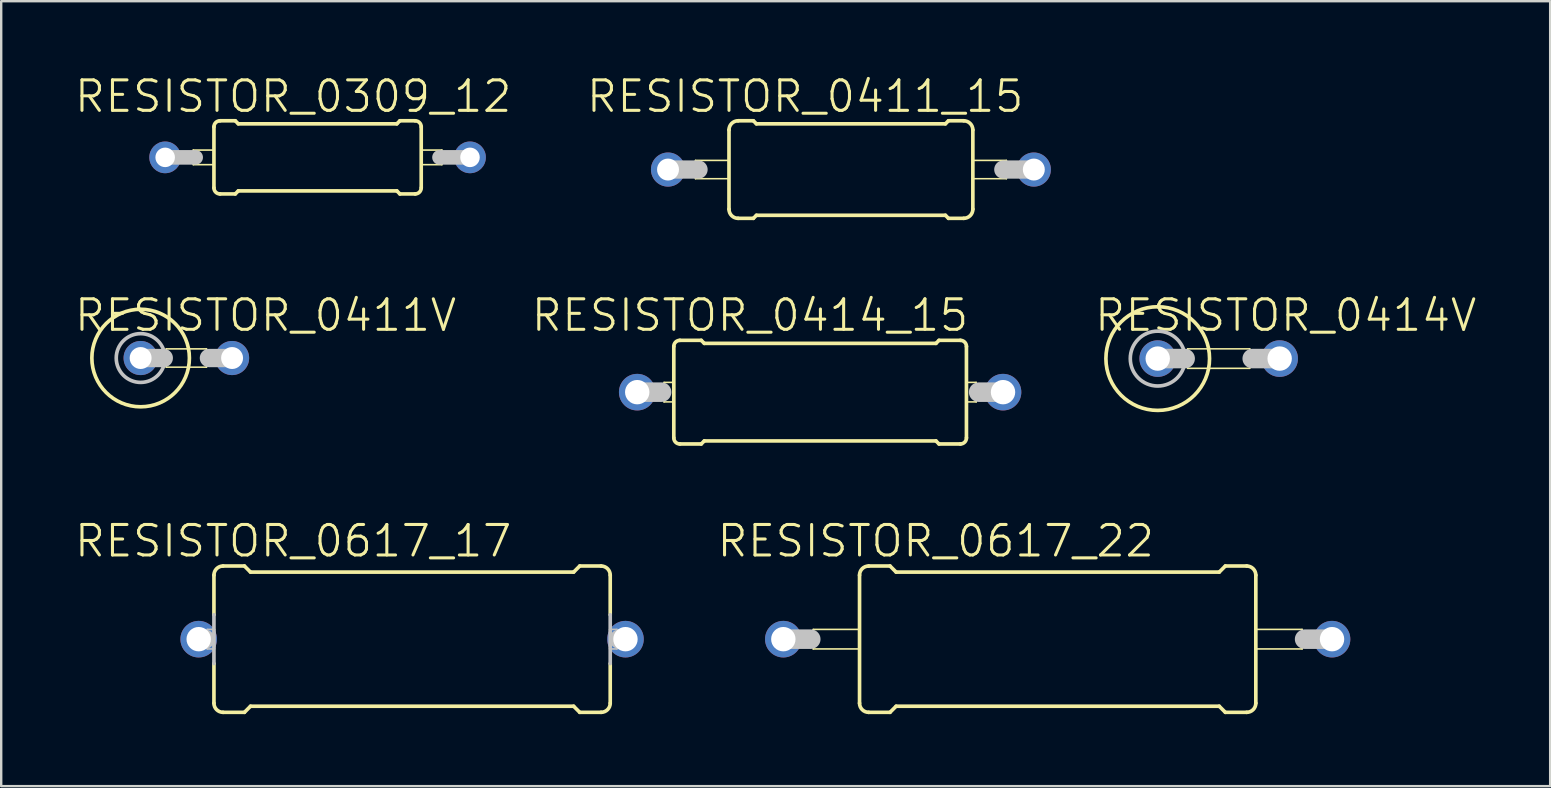
<source format=kicad_pcb>
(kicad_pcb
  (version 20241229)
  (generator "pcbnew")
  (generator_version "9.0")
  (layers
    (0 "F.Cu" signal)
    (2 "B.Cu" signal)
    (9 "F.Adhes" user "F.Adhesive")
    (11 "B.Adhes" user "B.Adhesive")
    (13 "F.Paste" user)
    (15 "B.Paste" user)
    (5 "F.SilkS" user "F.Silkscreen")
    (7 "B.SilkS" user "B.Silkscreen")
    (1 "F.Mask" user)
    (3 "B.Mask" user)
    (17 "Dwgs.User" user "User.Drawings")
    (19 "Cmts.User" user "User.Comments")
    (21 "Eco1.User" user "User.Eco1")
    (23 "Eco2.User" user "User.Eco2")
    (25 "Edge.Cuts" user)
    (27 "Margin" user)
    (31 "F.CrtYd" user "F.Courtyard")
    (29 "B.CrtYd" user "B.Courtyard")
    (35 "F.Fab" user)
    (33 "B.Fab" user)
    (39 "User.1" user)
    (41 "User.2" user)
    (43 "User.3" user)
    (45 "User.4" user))
  (footprint "RESISTOR_0414V"
    (layer "F.Cu")
    (at 47.723 11.889)
    (property "Reference" "RESISTOR_0414V" (at 2.794 -1.801 0) (layer "F.SilkS") (effects (font (size 1.27 1.27) (thickness 0.127))))
    (attr exclude_from_pos_files exclude_from_bom)
    (fp_line (start -1.293 -0.406) (end 1.293 -0.406) (stroke (width 0.066) (type solid)) (layer "F.SilkS"))
    (fp_line (start -1.293 0.406) (end -1.293 -0.406) (stroke (width 0.066) (type solid)) (layer "F.SilkS"))
    (fp_line (start -1.293 0.406) (end 1.293 0.406) (stroke (width 0.066) (type solid)) (layer "F.SilkS"))
    (fp_line (start 1.293 0.406) (end 1.293 -0.406) (stroke (width 0.066) (type solid)) (layer "F.SilkS"))
    (fp_circle (center -2.54 0) (end -2.54 -2.159) (stroke (width 0.152) (type solid)) (fill no) (layer "F.SilkS"))
    (fp_line (start -2.54 0) (end -1.397 0) (stroke (width 0.813) (type solid)) (layer "Dwgs.User"))
    (fp_line (start 2.54 0) (end 1.397 0) (stroke (width 0.813) (type solid)) (layer "Dwgs.User"))
    (fp_circle (center -2.54 0) (end -2.54 -1.143) (stroke (width 0.152) (type solid)) (fill no) (layer "Dwgs.User"))
    (pad "1" thru_hole circle (at -2.54 0) (size 1.524 1.524) (drill 1.016) (layers "*.Cu" "*.Paste" "*.Mask"))
    (pad "2" thru_hole circle (at 2.54 0) (size 1.524 1.524) (drill 1.016) (layers "*.Cu" "*.Paste" "*.Mask")))
  (footprint "RESISTOR_0414_15"
    (layer "F.Cu")
    (at 31.118 13.288)
    (property "Reference" "RESISTOR_0414_15" (at -2.921 -3.2 0) (layer "F.SilkS") (effects (font (size 1.27 1.27) (thickness 0.127))))
    (attr exclude_from_pos_files exclude_from_bom)
    (fp_line (start -6.502 -0.406) (end -6.096 -0.406) (stroke (width 0.066) (type solid)) (layer "F.SilkS"))
    (fp_line (start -6.502 0.406) (end -6.502 -0.406) (stroke (width 0.066) (type solid)) (layer "F.SilkS"))
    (fp_line (start -6.502 0.406) (end -6.096 0.406) (stroke (width 0.066) (type solid)) (layer "F.SilkS"))
    (fp_line (start -6.096 0.406) (end -6.096 -0.406) (stroke (width 0.066) (type solid)) (layer "F.SilkS"))
    (fp_line (start -6.096 1.905) (end -6.096 -1.905) (stroke (width 0.152) (type solid)) (layer "F.SilkS"))
    (fp_line (start -5.842 -2.159) (end -4.953 -2.159) (stroke (width 0.152) (type solid)) (layer "F.SilkS"))
    (fp_line (start -5.842 2.159) (end -4.953 2.159) (stroke (width 0.152) (type solid)) (layer "F.SilkS"))
    (fp_line (start -4.826 -2.032) (end -4.953 -2.159) (stroke (width 0.152) (type solid)) (layer "F.SilkS"))
    (fp_line (start -4.826 2.032) (end -4.953 2.159) (stroke (width 0.152) (type solid)) (layer "F.SilkS"))
    (fp_line (start 4.826 -2.032) (end -4.826 -2.032) (stroke (width 0.152) (type solid)) (layer "F.SilkS"))
    (fp_line (start 4.826 -2.032) (end 4.953 -2.159) (stroke (width 0.152) (type solid)) (layer "F.SilkS"))
    (fp_line (start 4.826 2.032) (end -4.826 2.032) (stroke (width 0.152) (type solid)) (layer "F.SilkS"))
    (fp_line (start 4.826 2.032) (end 4.953 2.159) (stroke (width 0.152) (type solid)) (layer "F.SilkS"))
    (fp_line (start 5.842 -2.159) (end 4.953 -2.159) (stroke (width 0.152) (type solid)) (layer "F.SilkS"))
    (fp_line (start 5.842 2.159) (end 4.953 2.159) (stroke (width 0.152) (type solid)) (layer "F.SilkS"))
    (fp_line (start 6.096 -0.406) (end 6.502 -0.406) (stroke (width 0.066) (type solid)) (layer "F.SilkS"))
    (fp_line (start 6.096 0.406) (end 6.096 -0.406) (stroke (width 0.066) (type solid)) (layer "F.SilkS"))
    (fp_line (start 6.096 0.406) (end 6.502 0.406) (stroke (width 0.066) (type solid)) (layer "F.SilkS"))
    (fp_line (start 6.096 1.905) (end 6.096 -1.905) (stroke (width 0.152) (type solid)) (layer "F.SilkS"))
    (fp_line (start 6.502 0.406) (end 6.502 -0.406) (stroke (width 0.066) (type solid)) (layer "F.SilkS"))
    (fp_arc (start -6.096 -1.905) (mid -6.021605 -2.084605) (end -5.842 -2.159) (stroke (width 0.1524) (type solid)) (layer "F.SilkS"))
    (fp_arc (start -5.842 2.159) (mid -6.021605 2.084605) (end -6.096 1.905) (stroke (width 0.1524) (type solid)) (layer "F.SilkS"))
    (fp_arc (start 5.842 -2.159) (mid 6.021605 -2.084605) (end 6.096 -1.905) (stroke (width 0.1524) (type solid)) (layer "F.SilkS"))
    (fp_arc (start 6.096 1.905) (mid 6.021605 2.084605) (end 5.842 2.159) (stroke (width 0.1524) (type solid)) (layer "F.SilkS"))
    (fp_line (start -7.62 0) (end -6.604 0) (stroke (width 0.813) (type solid)) (layer "Dwgs.User"))
    (fp_line (start 7.62 0) (end 6.604 0) (stroke (width 0.813) (type solid)) (layer "Dwgs.User"))
    (pad "1" thru_hole circle (at -7.62 0) (size 1.524 1.524) (drill 1.016) (layers "*.Cu" "*.Paste" "*.Mask"))
    (pad "2" thru_hole circle (at 7.62 0) (size 1.524 1.524) (drill 1.016) (layers "*.Cu" "*.Paste" "*.Mask")))
  (footprint "RESISTOR_0411V"
    (layer "F.Cu")
    (at 5.349 11.866)
    (property "Reference" "RESISTOR_0411V" (at 2.667 -1.778 0) (layer "F.SilkS") (effects (font (size 1.27 1.27) (thickness 0.127))))
    (attr exclude_from_pos_files exclude_from_bom)
    (fp_line (start -1.473 -0.381) (end 0.203 -0.381) (stroke (width 0.066) (type solid)) (layer "F.SilkS"))
    (fp_line (start -1.473 0.381) (end -1.473 -0.381) (stroke (width 0.066) (type solid)) (layer "F.SilkS"))
    (fp_line (start -1.473 0.381) (end 0.203 0.381) (stroke (width 0.066) (type solid)) (layer "F.SilkS"))
    (fp_line (start 0.203 0.381) (end 0.203 -0.381) (stroke (width 0.066) (type solid)) (layer "F.SilkS"))
    (fp_circle (center -2.54 0) (end -2.54 -2.032) (stroke (width 0.152) (type solid)) (fill no) (layer "F.SilkS"))
    (fp_line (start -1.575 0) (end -2.54 0) (stroke (width 0.762) (type solid)) (layer "Dwgs.User"))
    (fp_line (start 1.27 0) (end 0.305 0) (stroke (width 0.762) (type solid)) (layer "Dwgs.User"))
    (fp_circle (center -2.54 0) (end -2.54 -1.016) (stroke (width 0.152) (type solid)) (fill no) (layer "Dwgs.User"))
    (pad "1" thru_hole circle (at -2.54 0) (size 1.422 1.422) (drill 0.914) (layers "*.Cu" "*.Paste" "*.Mask"))
    (pad "2" thru_hole circle (at 1.27 0) (size 1.422 1.422) (drill 0.914) (layers "*.Cu" "*.Paste" "*.Mask")))
  (footprint "RESISTOR_0617_22"
    (layer "F.Cu")
    (at 41.015 23.579)
    (property "Reference" "RESISTOR_0617_22" (at -5.08 -4.089 0) (layer "F.SilkS") (effects (font (size 1.27 1.27) (thickness 0.127))))
    (attr exclude_from_pos_files exclude_from_bom)
    (fp_line (start -10.185 -0.406) (end -8.255 -0.406) (stroke (width 0.066) (type solid)) (layer "F.SilkS"))
    (fp_line (start -10.185 0.406) (end -10.185 -0.406) (stroke (width 0.066) (type solid)) (layer "F.SilkS"))
    (fp_line (start -10.185 0.406) (end -8.255 0.406) (stroke (width 0.066) (type solid)) (layer "F.SilkS"))
    (fp_line (start -8.255 0.406) (end -8.255 -0.406) (stroke (width 0.066) (type solid)) (layer "F.SilkS"))
    (fp_line (start -8.255 2.667) (end -8.255 -2.667) (stroke (width 0.152) (type solid)) (layer "F.SilkS"))
    (fp_line (start -7.874 -3.048) (end -6.985 -3.048) (stroke (width 0.152) (type solid)) (layer "F.SilkS"))
    (fp_line (start -7.874 3.048) (end -6.985 3.048) (stroke (width 0.152) (type solid)) (layer "F.SilkS"))
    (fp_line (start -6.731 -2.794) (end -6.985 -3.048) (stroke (width 0.152) (type solid)) (layer "F.SilkS"))
    (fp_line (start -6.731 2.794) (end -6.985 3.048) (stroke (width 0.152) (type solid)) (layer "F.SilkS"))
    (fp_line (start 6.731 -2.794) (end -6.731 -2.794) (stroke (width 0.152) (type solid)) (layer "F.SilkS"))
    (fp_line (start 6.731 -2.794) (end 6.985 -3.048) (stroke (width 0.152) (type solid)) (layer "F.SilkS"))
    (fp_line (start 6.731 2.794) (end -6.731 2.794) (stroke (width 0.152) (type solid)) (layer "F.SilkS"))
    (fp_line (start 6.731 2.794) (end 6.985 3.048) (stroke (width 0.152) (type solid)) (layer "F.SilkS"))
    (fp_line (start 7.874 -3.048) (end 6.985 -3.048) (stroke (width 0.152) (type solid)) (layer "F.SilkS"))
    (fp_line (start 7.874 3.048) (end 6.985 3.048) (stroke (width 0.152) (type solid)) (layer "F.SilkS"))
    (fp_line (start 8.255 -0.406) (end 10.185 -0.406) (stroke (width 0.066) (type solid)) (layer "F.SilkS"))
    (fp_line (start 8.255 0.406) (end 8.255 -0.406) (stroke (width 0.066) (type solid)) (layer "F.SilkS"))
    (fp_line (start 8.255 0.406) (end 10.185 0.406) (stroke (width 0.066) (type solid)) (layer "F.SilkS"))
    (fp_line (start 8.255 2.667) (end 8.255 -2.667) (stroke (width 0.152) (type solid)) (layer "F.SilkS"))
    (fp_line (start 10.185 0.406) (end 10.185 -0.406) (stroke (width 0.066) (type solid)) (layer "F.SilkS"))
    (fp_arc (start -8.255 -2.667) (mid -8.143408 -2.936408) (end -7.874 -3.048) (stroke (width 0.1524) (type solid)) (layer "F.SilkS"))
    (fp_arc (start -7.874 3.048) (mid -8.143408 2.936408) (end -8.255 2.667) (stroke (width 0.1524) (type solid)) (layer "F.SilkS"))
    (fp_arc (start 7.874 -3.048) (mid 8.143408 -2.936408) (end 8.255 -2.667) (stroke (width 0.1524) (type solid)) (layer "F.SilkS"))
    (fp_arc (start 8.255 2.667) (mid 8.143408 2.936408) (end 7.874 3.048) (stroke (width 0.1524) (type solid)) (layer "F.SilkS"))
    (fp_line (start -10.287 0) (end -11.43 0) (stroke (width 0.813) (type solid)) (layer "Dwgs.User"))
    (fp_line (start 11.43 0) (end 10.287 0) (stroke (width 0.813) (type solid)) (layer "Dwgs.User"))
    (pad "1" thru_hole circle (at -11.43 0) (size 1.524 1.524) (drill 1.016) (layers "*.Cu" "*.Paste" "*.Mask"))
    (pad "2" thru_hole circle (at 11.43 0) (size 1.524 1.524) (drill 1.016) (layers "*.Cu" "*.Paste" "*.Mask")))
  (footprint "RESISTOR_0411_15"
    (layer "F.Cu")
    (at 32.401 4.014)
    (property "Reference" "RESISTOR_0411_15" (at -1.905 -3.048 0) (layer "F.SilkS") (effects (font (size 1.27 1.27) (thickness 0.127))))
    (attr exclude_from_pos_files exclude_from_bom)
    (fp_line (start -6.477 -0.381) (end -5.08 -0.381) (stroke (width 0.066) (type solid)) (layer "F.SilkS"))
    (fp_line (start -6.477 0.381) (end -6.477 -0.381) (stroke (width 0.066) (type solid)) (layer "F.SilkS"))
    (fp_line (start -6.477 0.381) (end -5.08 0.381) (stroke (width 0.066) (type solid)) (layer "F.SilkS"))
    (fp_line (start -5.08 -1.651) (end -5.08 1.651) (stroke (width 0.152) (type solid)) (layer "F.SilkS"))
    (fp_line (start -5.08 0.381) (end -5.08 -0.381) (stroke (width 0.066) (type solid)) (layer "F.SilkS"))
    (fp_line (start -4.699 -2.032) (end -4.064 -2.032) (stroke (width 0.152) (type solid)) (layer "F.SilkS"))
    (fp_line (start -4.699 2.032) (end -4.064 2.032) (stroke (width 0.152) (type solid)) (layer "F.SilkS"))
    (fp_line (start -3.937 -1.905) (end -4.064 -2.032) (stroke (width 0.152) (type solid)) (layer "F.SilkS"))
    (fp_line (start -3.937 -1.905) (end 3.937 -1.905) (stroke (width 0.152) (type solid)) (layer "F.SilkS"))
    (fp_line (start -3.937 1.905) (end -4.064 2.032) (stroke (width 0.152) (type solid)) (layer "F.SilkS"))
    (fp_line (start -3.937 1.905) (end 3.937 1.905) (stroke (width 0.152) (type solid)) (layer "F.SilkS"))
    (fp_line (start 3.937 -1.905) (end 4.064 -2.032) (stroke (width 0.152) (type solid)) (layer "F.SilkS"))
    (fp_line (start 3.937 1.905) (end 4.064 2.032) (stroke (width 0.152) (type solid)) (layer "F.SilkS"))
    (fp_line (start 4.699 -2.032) (end 4.064 -2.032) (stroke (width 0.152) (type solid)) (layer "F.SilkS"))
    (fp_line (start 4.699 2.032) (end 4.064 2.032) (stroke (width 0.152) (type solid)) (layer "F.SilkS"))
    (fp_line (start 5.08 -0.381) (end 6.477 -0.381) (stroke (width 0.066) (type solid)) (layer "F.SilkS"))
    (fp_line (start 5.08 0.381) (end 5.08 -0.381) (stroke (width 0.066) (type solid)) (layer "F.SilkS"))
    (fp_line (start 5.08 0.381) (end 6.477 0.381) (stroke (width 0.066) (type solid)) (layer "F.SilkS"))
    (fp_line (start 5.08 1.651) (end 5.08 -1.651) (stroke (width 0.152) (type solid)) (layer "F.SilkS"))
    (fp_line (start 6.477 0.381) (end 6.477 -0.381) (stroke (width 0.066) (type solid)) (layer "F.SilkS"))
    (fp_arc (start -5.08 -1.651) (mid -4.968408 -1.920408) (end -4.699 -2.032) (stroke (width 0.1524) (type solid)) (layer "F.SilkS"))
    (fp_arc (start -4.699 2.032) (mid -4.968408 1.920408) (end -5.08 1.651) (stroke (width 0.1524) (type solid)) (layer "F.SilkS"))
    (fp_arc (start 4.699 -2.032) (mid 4.968408 -1.920408) (end 5.08 -1.651) (stroke (width 0.1524) (type solid)) (layer "F.SilkS"))
    (fp_arc (start 5.08 1.651) (mid 4.968408 1.920408) (end 4.699 2.032) (stroke (width 0.1524) (type solid)) (layer "F.SilkS"))
    (fp_line (start -7.62 0) (end -6.35 0) (stroke (width 0.762) (type solid)) (layer "Dwgs.User"))
    (fp_line (start 6.35 0) (end 7.62 0) (stroke (width 0.762) (type solid)) (layer "Dwgs.User"))
    (pad "1" thru_hole circle (at -7.62 0) (size 1.422 1.422) (drill 0.914) (layers "*.Cu" "*.Paste" "*.Mask"))
    (pad "2" thru_hole circle (at 7.62 0) (size 1.422 1.422) (drill 0.914) (layers "*.Cu" "*.Paste" "*.Mask")))
  (footprint "RESISTOR_0309_12"
    (layer "F.Cu")
    (at 10.181 3.506)
    (property "Reference" "RESISTOR_0309_12" (at -1.016 -2.54 0) (layer "F.SilkS") (effects (font (size 1.27 1.27) (thickness 0.127))))
    (attr exclude_from_pos_files exclude_from_bom)
    (fp_line (start -5.179 -0.305) (end -4.318 -0.305) (stroke (width 0.066) (type solid)) (layer "F.SilkS"))
    (fp_line (start -5.179 0.305) (end -5.179 -0.305) (stroke (width 0.066) (type solid)) (layer "F.SilkS"))
    (fp_line (start -5.179 0.305) (end -4.318 0.305) (stroke (width 0.066) (type solid)) (layer "F.SilkS"))
    (fp_line (start -4.318 0.305) (end -4.318 -0.305) (stroke (width 0.066) (type solid)) (layer "F.SilkS"))
    (fp_line (start -4.318 1.27) (end -4.318 -1.27) (stroke (width 0.152) (type solid)) (layer "F.SilkS"))
    (fp_line (start -4.064 -1.524) (end -3.429 -1.524) (stroke (width 0.152) (type solid)) (layer "F.SilkS"))
    (fp_line (start -4.064 1.524) (end -3.429 1.524) (stroke (width 0.152) (type solid)) (layer "F.SilkS"))
    (fp_line (start -3.302 -1.397) (end -3.429 -1.524) (stroke (width 0.152) (type solid)) (layer "F.SilkS"))
    (fp_line (start -3.302 1.397) (end -3.429 1.524) (stroke (width 0.152) (type solid)) (layer "F.SilkS"))
    (fp_line (start 3.302 -1.397) (end -3.302 -1.397) (stroke (width 0.152) (type solid)) (layer "F.SilkS"))
    (fp_line (start 3.302 -1.397) (end 3.429 -1.524) (stroke (width 0.152) (type solid)) (layer "F.SilkS"))
    (fp_line (start 3.302 1.397) (end -3.302 1.397) (stroke (width 0.152) (type solid)) (layer "F.SilkS"))
    (fp_line (start 3.302 1.397) (end 3.429 1.524) (stroke (width 0.152) (type solid)) (layer "F.SilkS"))
    (fp_line (start 4.064 -1.524) (end 3.429 -1.524) (stroke (width 0.152) (type solid)) (layer "F.SilkS"))
    (fp_line (start 4.064 1.524) (end 3.429 1.524) (stroke (width 0.152) (type solid)) (layer "F.SilkS"))
    (fp_line (start 4.318 -0.305) (end 5.179 -0.305) (stroke (width 0.066) (type solid)) (layer "F.SilkS"))
    (fp_line (start 4.318 0.305) (end 4.318 -0.305) (stroke (width 0.066) (type solid)) (layer "F.SilkS"))
    (fp_line (start 4.318 0.305) (end 5.179 0.305) (stroke (width 0.066) (type solid)) (layer "F.SilkS"))
    (fp_line (start 4.318 1.27) (end 4.318 -1.27) (stroke (width 0.152) (type solid)) (layer "F.SilkS"))
    (fp_line (start 5.179 0.305) (end 5.179 -0.305) (stroke (width 0.066) (type solid)) (layer "F.SilkS"))
    (fp_arc (start -4.318 -1.27) (mid -4.243605 -1.449605) (end -4.064 -1.524) (stroke (width 0.1524) (type solid)) (layer "F.SilkS"))
    (fp_arc (start -4.064 1.524) (mid -4.243605 1.449605) (end -4.318 1.27) (stroke (width 0.1524) (type solid)) (layer "F.SilkS"))
    (fp_arc (start 4.064 -1.524) (mid 4.243605 -1.449605) (end 4.318 -1.27) (stroke (width 0.1524) (type solid)) (layer "F.SilkS"))
    (fp_arc (start 4.318 1.27) (mid 4.243605 1.449605) (end 4.064 1.524) (stroke (width 0.1524) (type solid)) (layer "F.SilkS"))
    (fp_line (start -6.35 0) (end -5.08 0) (stroke (width 0.61) (type solid)) (layer "Dwgs.User"))
    (fp_line (start 6.35 0) (end 5.08 0) (stroke (width 0.61) (type solid)) (layer "Dwgs.User"))
    (pad "1" thru_hole circle (at -6.35 0) (size 1.321 1.321) (drill 0.813) (layers "*.Cu" "*.Paste" "*.Mask"))
    (pad "2" thru_hole circle (at 6.35 0) (size 1.321 1.321) (drill 0.813) (layers "*.Cu" "*.Paste" "*.Mask")))
  (footprint "RESISTOR_0617_17"
    (layer "F.Cu")
    (at 14.118 23.579)
    (property "Reference" "RESISTOR_0617_17" (at -4.953 -4.089 0) (layer "F.SilkS") (effects (font (size 1.27 1.27) (thickness 0.127))))
    (attr exclude_from_pos_files exclude_from_bom)
    (fp_line (start -8.255 -1.016) (end -8.255 -2.667) (stroke (width 0.152) (type solid)) (layer "F.SilkS"))
    (fp_line (start -8.255 2.667) (end -8.255 1.016) (stroke (width 0.152) (type solid)) (layer "F.SilkS"))
    (fp_line (start -7.874 -3.048) (end -6.985 -3.048) (stroke (width 0.152) (type solid)) (layer "F.SilkS"))
    (fp_line (start -7.874 3.048) (end -6.985 3.048) (stroke (width 0.152) (type solid)) (layer "F.SilkS"))
    (fp_line (start -6.731 -2.794) (end -6.985 -3.048) (stroke (width 0.152) (type solid)) (layer "F.SilkS"))
    (fp_line (start -6.731 2.794) (end -6.985 3.048) (stroke (width 0.152) (type solid)) (layer "F.SilkS"))
    (fp_line (start 6.731 -2.794) (end -6.731 -2.794) (stroke (width 0.152) (type solid)) (layer "F.SilkS"))
    (fp_line (start 6.731 -2.794) (end 6.985 -3.048) (stroke (width 0.152) (type solid)) (layer "F.SilkS"))
    (fp_line (start 6.731 2.794) (end -6.731 2.794) (stroke (width 0.152) (type solid)) (layer "F.SilkS"))
    (fp_line (start 6.731 2.794) (end 6.985 3.048) (stroke (width 0.152) (type solid)) (layer "F.SilkS"))
    (fp_line (start 7.874 -3.048) (end 6.985 -3.048) (stroke (width 0.152) (type solid)) (layer "F.SilkS"))
    (fp_line (start 7.874 3.048) (end 6.985 3.048) (stroke (width 0.152) (type solid)) (layer "F.SilkS"))
    (fp_line (start 8.255 -1.016) (end 8.255 -2.667) (stroke (width 0.152) (type solid)) (layer "F.SilkS"))
    (fp_line (start 8.255 2.667) (end 8.255 1.016) (stroke (width 0.152) (type solid)) (layer "F.SilkS"))
    (fp_arc (start -8.255 -2.667) (mid -8.143408 -2.936408) (end -7.874 -3.048) (stroke (width 0.1524) (type solid)) (layer "F.SilkS"))
    (fp_arc (start -7.874 3.048) (mid -8.143408 2.936408) (end -8.255 2.667) (stroke (width 0.1524) (type solid)) (layer "F.SilkS"))
    (fp_arc (start 7.874 -3.048) (mid 8.143408 -2.936408) (end 8.255 -2.667) (stroke (width 0.1524) (type solid)) (layer "F.SilkS"))
    (fp_arc (start 8.255 2.667) (mid 8.143408 2.936408) (end 7.874 3.048) (stroke (width 0.1524) (type solid)) (layer "F.SilkS"))
    (fp_line (start -8.89 0) (end -8.636 0) (stroke (width 0.813) (type solid)) (layer "Dwgs.User"))
    (fp_line (start -8.534 -0.406) (end -8.23 -0.406) (stroke (width 0.066) (type solid)) (layer "Dwgs.User"))
    (fp_line (start -8.534 0.406) (end -8.534 -0.406) (stroke (width 0.066) (type solid)) (layer "Dwgs.User"))
    (fp_line (start -8.534 0.406) (end -8.23 0.406) (stroke (width 0.066) (type solid)) (layer "Dwgs.User"))
    (fp_line (start -8.255 -1.016) (end -8.255 1.016) (stroke (width 0.152) (type solid)) (layer "Dwgs.User"))
    (fp_line (start -8.23 0.406) (end -8.23 -0.406) (stroke (width 0.066) (type solid)) (layer "Dwgs.User"))
    (fp_line (start 8.23 -0.406) (end 8.534 -0.406) (stroke (width 0.066) (type solid)) (layer "Dwgs.User"))
    (fp_line (start 8.23 0.406) (end 8.23 -0.406) (stroke (width 0.066) (type solid)) (layer "Dwgs.User"))
    (fp_line (start 8.23 0.406) (end 8.534 0.406) (stroke (width 0.066) (type solid)) (layer "Dwgs.User"))
    (fp_line (start 8.255 -1.016) (end 8.255 1.016) (stroke (width 0.152) (type solid)) (layer "Dwgs.User"))
    (fp_line (start 8.534 0.406) (end 8.534 -0.406) (stroke (width 0.066) (type solid)) (layer "Dwgs.User"))
    (fp_line (start 8.636 0) (end 8.89 0) (stroke (width 0.813) (type solid)) (layer "Dwgs.User"))
    (pad "1" thru_hole circle (at -8.89 0) (size 1.524 1.524) (drill 1.016) (layers "*.Cu" "*.Paste" "*.Mask"))
    (pad "2" thru_hole circle (at 8.89 0) (size 1.524 1.524) (drill 1.016) (layers "*.Cu" "*.Paste" "*.Mask")))
  (gr_rect
    (start -3 -3)
    (end 61.533 29.703)
    (stroke (width 0.1) (type default))
    (fill no)
    (layer "Edge.Cuts")))
</source>
